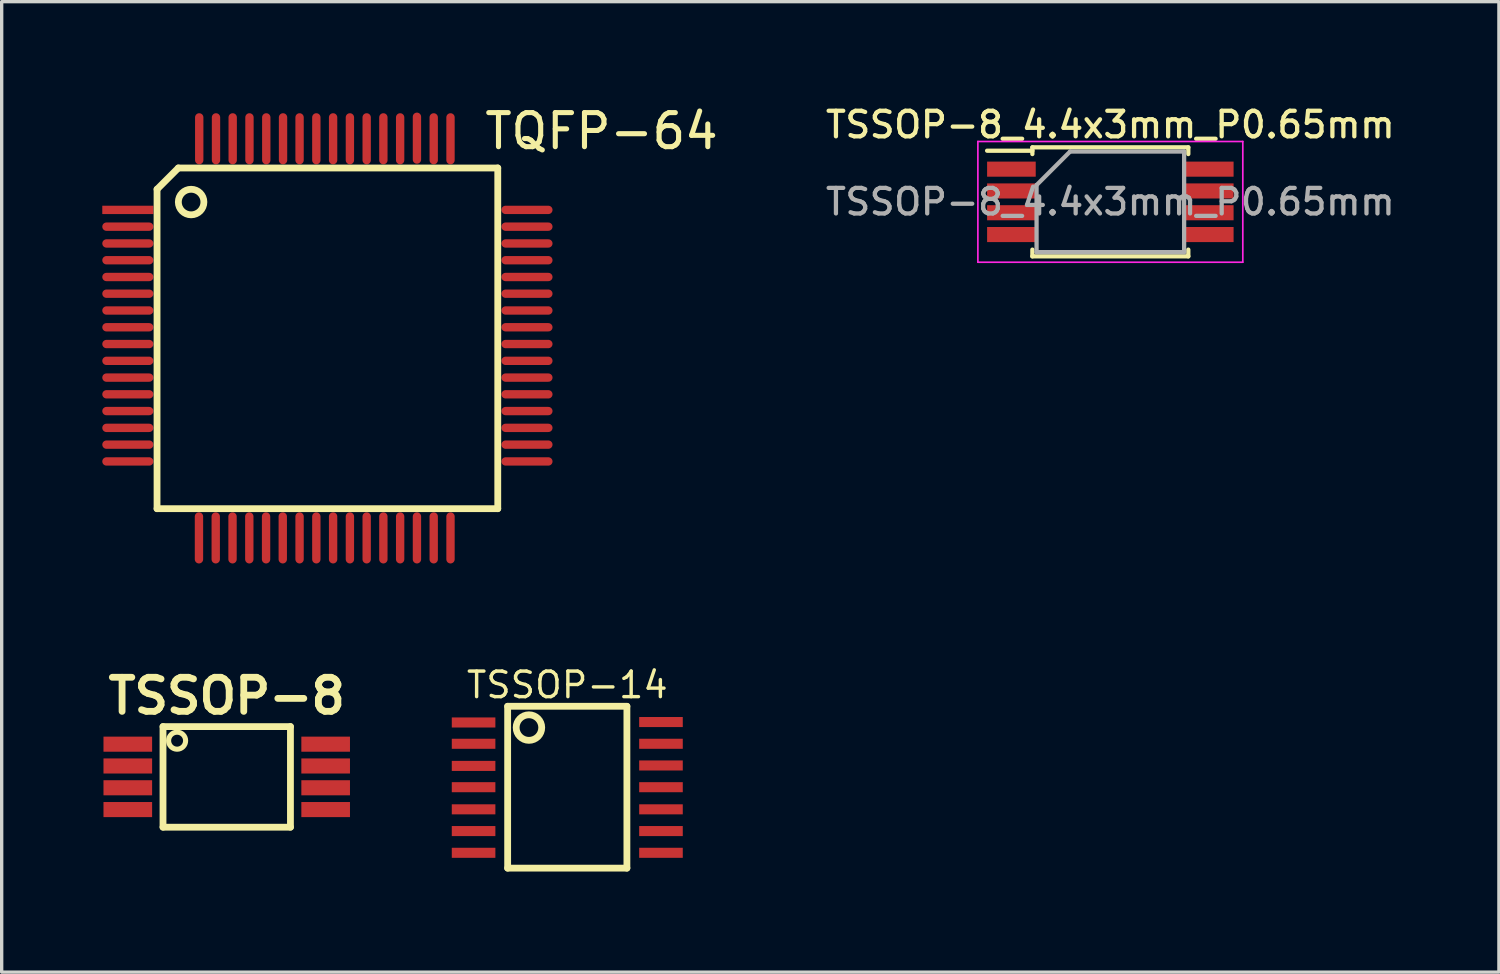
<source format=kicad_pcb>
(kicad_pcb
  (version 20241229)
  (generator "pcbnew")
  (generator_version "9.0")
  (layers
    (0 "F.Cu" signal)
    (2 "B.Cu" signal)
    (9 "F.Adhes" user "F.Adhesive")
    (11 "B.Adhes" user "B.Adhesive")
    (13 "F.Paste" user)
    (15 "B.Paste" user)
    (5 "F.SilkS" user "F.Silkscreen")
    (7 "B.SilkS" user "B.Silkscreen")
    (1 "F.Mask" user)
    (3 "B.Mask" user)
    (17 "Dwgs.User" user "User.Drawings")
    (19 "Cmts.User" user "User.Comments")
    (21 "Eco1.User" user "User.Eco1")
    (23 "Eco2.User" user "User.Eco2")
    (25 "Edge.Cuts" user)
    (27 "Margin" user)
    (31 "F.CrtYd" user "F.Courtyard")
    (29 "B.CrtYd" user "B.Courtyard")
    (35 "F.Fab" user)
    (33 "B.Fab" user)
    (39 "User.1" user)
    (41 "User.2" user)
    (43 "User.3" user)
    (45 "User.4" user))
  (footprint "TSSOP-14"
    (layer "F.Cu")
    (at 13.866 20.424)
    (property "Reference" "TSSOP-14" (at 0 -3.048 0) (layer "F.SilkS") (effects (font (size 0.762 0.762) (thickness 0.102))))
    (attr smd)
    (fp_line (start -1.778 -2.413) (end 1.778 -2.413) (stroke (width 0.203) (type solid)) (layer "F.SilkS"))
    (fp_line (start -1.778 2.413) (end -1.778 -2.413) (stroke (width 0.203) (type solid)) (layer "F.SilkS"))
    (fp_line (start 1.778 -2.413) (end 1.778 2.413) (stroke (width 0.203) (type solid)) (layer "F.SilkS"))
    (fp_line (start 1.778 2.413) (end -1.778 2.413) (stroke (width 0.203) (type solid)) (layer "F.SilkS"))
    (fp_circle (center -1.143 -1.778) (end -1.143 -2.159) (stroke (width 0.203) (type solid)) (fill no) (layer "F.SilkS"))
    (pad "1" smd rect (at -2.794 -1.93 270) (size 0.3 1.3) (layers "F.Cu" "F.Mask" "F.Paste"))
    (pad "2" smd rect (at -2.794 -1.295 270) (size 0.3 1.3) (layers "F.Cu" "F.Mask" "F.Paste"))
    (pad "3" smd rect (at -2.794 -0.635 270) (size 0.3 1.3) (layers "F.Cu" "F.Mask" "F.Paste"))
    (pad "4" smd rect (at -2.794 0 270) (size 0.3 1.3) (layers "F.Cu" "F.Mask" "F.Paste"))
    (pad "5" smd rect (at -2.794 0.66 270) (size 0.3 1.3) (layers "F.Cu" "F.Mask" "F.Paste"))
    (pad "6" smd rect (at -2.794 1.308 270) (size 0.3 1.3) (layers "F.Cu" "F.Mask" "F.Paste"))
    (pad "7" smd rect (at -2.794 1.956 270) (size 0.3 1.3) (layers "F.Cu" "F.Mask" "F.Paste"))
    (pad "8" smd rect (at 2.794 1.956 270) (size 0.3 1.3) (layers "F.Cu" "F.Mask" "F.Paste"))
    (pad "9" smd rect (at 2.794 1.308 270) (size 0.3 1.3) (layers "F.Cu" "F.Mask" "F.Paste"))
    (pad "10" smd rect (at 2.794 0.66 270) (size 0.3 1.3) (layers "F.Cu" "F.Mask" "F.Paste"))
    (pad "11" smd rect (at 2.794 0 270) (size 0.3 1.3) (layers "F.Cu" "F.Mask" "F.Paste"))
    (pad "12" smd rect (at 2.794 -0.648 270) (size 0.3 1.3) (layers "F.Cu" "F.Mask" "F.Paste"))
    (pad "13" smd rect (at 2.794 -1.295 270) (size 0.3 1.3) (layers "F.Cu" "F.Mask" "F.Paste"))
    (pad "14" smd rect (at 2.794 -1.943 270) (size 0.3 1.3) (layers "F.Cu" "F.Mask" "F.Paste")))
  (footprint "TQFP-64"
    (layer "F.Cu")
    (at 6.759 6.958)
    (property "Reference" "TQFP-64" (at 8.128 -6.096 0) (layer "F.SilkS") (effects (font (size 1.016 1.016) (thickness 0.152))))
    (attr through_hole)
    (fp_line (start -5.126 -4.364) (end -5.126 5.161) (stroke (width 0.203) (type solid)) (layer "F.SilkS"))
    (fp_line (start -5.126 5.161) (end 5.034 5.161) (stroke (width 0.203) (type solid)) (layer "F.SilkS"))
    (fp_line (start -4.491 -4.999) (end -5.126 -4.364) (stroke (width 0.203) (type solid)) (layer "F.SilkS"))
    (fp_line (start 5.034 -4.999) (end -4.491 -4.999) (stroke (width 0.203) (type solid)) (layer "F.SilkS"))
    (fp_line (start 5.034 5.161) (end 5.034 -4.999) (stroke (width 0.203) (type solid)) (layer "F.SilkS"))
    (fp_circle (center -4.11 -3.983) (end -3.729 -3.983) (stroke (width 0.203) (type solid)) (fill no) (layer "F.SilkS"))
    (pad "1" smd rect (at -5.997 -3.749 270) (size 0.249 1.524) (layers "F.Cu" "F.Mask" "F.Paste"))
    (pad "2" smd oval (at -5.997 -3.249 270) (size 0.249 1.524) (layers "F.Cu" "F.Mask" "F.Paste"))
    (pad "3" smd oval (at -5.997 -2.748 270) (size 0.249 1.524) (layers "F.Cu" "F.Mask" "F.Paste"))
    (pad "4" smd oval (at -5.997 -2.248 270) (size 0.249 1.524) (layers "F.Cu" "F.Mask" "F.Paste"))
    (pad "5" smd oval (at -5.997 -1.748 270) (size 0.249 1.524) (layers "F.Cu" "F.Mask" "F.Paste"))
    (pad "6" smd oval (at -5.997 -1.25 270) (size 0.249 1.524) (layers "F.Cu" "F.Mask" "F.Paste"))
    (pad "7" smd oval (at -5.997 -0.749 270) (size 0.249 1.524) (layers "F.Cu" "F.Mask" "F.Paste"))
    (pad "8" smd oval (at -5.997 -0.249 270) (size 0.249 1.524) (layers "F.Cu" "F.Mask" "F.Paste"))
    (pad "9" smd oval (at -5.997 0.251 270) (size 0.249 1.524) (layers "F.Cu" "F.Mask" "F.Paste"))
    (pad "10" smd oval (at -5.997 0.752 270) (size 0.249 1.524) (layers "F.Cu" "F.Mask" "F.Paste"))
    (pad "11" smd oval (at -5.997 1.252 270) (size 0.249 1.524) (layers "F.Cu" "F.Mask" "F.Paste"))
    (pad "12" smd oval (at -5.997 1.75 270) (size 0.249 1.524) (layers "F.Cu" "F.Mask" "F.Paste"))
    (pad "13" smd oval (at -5.997 2.25 270) (size 0.249 1.524) (layers "F.Cu" "F.Mask" "F.Paste"))
    (pad "14" smd oval (at -5.997 2.751 270) (size 0.249 1.524) (layers "F.Cu" "F.Mask" "F.Paste"))
    (pad "15" smd oval (at -5.997 3.251 270) (size 0.249 1.524) (layers "F.Cu" "F.Mask" "F.Paste"))
    (pad "16" smd oval (at -5.997 3.752 270) (size 0.249 1.524) (layers "F.Cu" "F.Mask" "F.Paste"))
    (pad "17" smd oval (at -3.876 6.032 270) (size 1.524 0.249) (layers "F.Cu" "F.Mask" "F.Paste"))
    (pad "18" smd oval (at -3.376 6.032 270) (size 1.524 0.249) (layers "F.Cu" "F.Mask" "F.Paste"))
    (pad "19" smd oval (at -2.875 6.032 270) (size 1.524 0.249) (layers "F.Cu" "F.Mask" "F.Paste"))
    (pad "20" smd oval (at -2.375 6.032 270) (size 1.524 0.249) (layers "F.Cu" "F.Mask" "F.Paste"))
    (pad "21" smd oval (at -1.875 6.032 270) (size 1.524 0.249) (layers "F.Cu" "F.Mask" "F.Paste"))
    (pad "22" smd oval (at -1.377 6.032 270) (size 1.524 0.249) (layers "F.Cu" "F.Mask" "F.Paste"))
    (pad "23" smd oval (at -0.876 6.032 270) (size 1.524 0.249) (layers "F.Cu" "F.Mask" "F.Paste"))
    (pad "24" smd oval (at -0.376 6.032 270) (size 1.524 0.249) (layers "F.Cu" "F.Mask" "F.Paste"))
    (pad "25" smd oval (at 0.124 6.032 270) (size 1.524 0.249) (layers "F.Cu" "F.Mask" "F.Paste"))
    (pad "26" smd oval (at 0.625 6.032 270) (size 1.524 0.249) (layers "F.Cu" "F.Mask" "F.Paste"))
    (pad "27" smd oval (at 1.125 6.032 270) (size 1.524 0.249) (layers "F.Cu" "F.Mask" "F.Paste"))
    (pad "28" smd oval (at 1.623 6.032 270) (size 1.524 0.249) (layers "F.Cu" "F.Mask" "F.Paste"))
    (pad "29" smd oval (at 2.123 6.032 270) (size 1.524 0.249) (layers "F.Cu" "F.Mask" "F.Paste"))
    (pad "30" smd oval (at 2.624 6.032 270) (size 1.524 0.249) (layers "F.Cu" "F.Mask" "F.Paste"))
    (pad "31" smd oval (at 3.124 6.032 270) (size 1.524 0.249) (layers "F.Cu" "F.Mask" "F.Paste"))
    (pad "32" smd oval (at 3.625 6.032 270) (size 1.524 0.249) (layers "F.Cu" "F.Mask" "F.Paste"))
    (pad "33" smd oval (at 5.905 3.752 270) (size 0.249 1.524) (layers "F.Cu" "F.Mask" "F.Paste"))
    (pad "34" smd oval (at 5.905 3.251 270) (size 0.249 1.524) (layers "F.Cu" "F.Mask" "F.Paste"))
    (pad "35" smd oval (at 5.905 2.751 270) (size 0.249 1.524) (layers "F.Cu" "F.Mask" "F.Paste"))
    (pad "36" smd oval (at 5.905 2.25 270) (size 0.249 1.524) (layers "F.Cu" "F.Mask" "F.Paste"))
    (pad "37" smd oval (at 5.905 1.75 270) (size 0.249 1.524) (layers "F.Cu" "F.Mask" "F.Paste"))
    (pad "38" smd oval (at 5.905 1.252 270) (size 0.249 1.524) (layers "F.Cu" "F.Mask" "F.Paste"))
    (pad "39" smd oval (at 5.905 0.752 270) (size 0.249 1.524) (layers "F.Cu" "F.Mask" "F.Paste"))
    (pad "40" smd oval (at 5.905 0.251 270) (size 0.249 1.524) (layers "F.Cu" "F.Mask" "F.Paste"))
    (pad "41" smd oval (at 5.905 -0.249 270) (size 0.249 1.524) (layers "F.Cu" "F.Mask" "F.Paste"))
    (pad "42" smd oval (at 5.905 -0.749 270) (size 0.249 1.524) (layers "F.Cu" "F.Mask" "F.Paste"))
    (pad "43" smd oval (at 5.905 -1.25 270) (size 0.249 1.524) (layers "F.Cu" "F.Mask" "F.Paste"))
    (pad "44" smd oval (at 5.905 -1.748 270) (size 0.249 1.524) (layers "F.Cu" "F.Mask" "F.Paste"))
    (pad "45" smd oval (at 5.905 -2.248 270) (size 0.249 1.524) (layers "F.Cu" "F.Mask" "F.Paste"))
    (pad "46" smd oval (at 5.905 -2.748 270) (size 0.249 1.524) (layers "F.Cu" "F.Mask" "F.Paste"))
    (pad "47" smd oval (at 5.905 -3.249 270) (size 0.249 1.524) (layers "F.Cu" "F.Mask" "F.Paste"))
    (pad "48" smd oval (at 5.905 -3.749 270) (size 0.249 1.524) (layers "F.Cu" "F.Mask" "F.Paste"))
    (pad "49" smd oval (at 3.625 -5.87 270) (size 1.524 0.249) (layers "F.Cu" "F.Mask" "F.Paste"))
    (pad "50" smd oval (at 3.124 -5.87 270) (size 1.524 0.249) (layers "F.Cu" "F.Mask" "F.Paste"))
    (pad "51" smd oval (at 2.624 -5.888 270) (size 1.524 0.249) (layers "F.Cu" "F.Mask" "F.Paste"))
    (pad "52" smd oval (at 2.123 -5.87 270) (size 1.524 0.249) (layers "F.Cu" "F.Mask" "F.Paste"))
    (pad "53" smd oval (at 1.623 -5.87 270) (size 1.524 0.249) (layers "F.Cu" "F.Mask" "F.Paste"))
    (pad "54" smd oval (at 1.125 -5.87 270) (size 1.524 0.249) (layers "F.Cu" "F.Mask" "F.Paste"))
    (pad "55" smd oval (at 0.625 -5.87 270) (size 1.524 0.249) (layers "F.Cu" "F.Mask" "F.Paste"))
    (pad "56" smd oval (at 0.124 -5.87 270) (size 1.524 0.249) (layers "F.Cu" "F.Mask" "F.Paste"))
    (pad "57" smd oval (at -0.376 -5.87 270) (size 1.524 0.249) (layers "F.Cu" "F.Mask" "F.Paste"))
    (pad "58" smd oval (at -0.876 -5.87 270) (size 1.524 0.249) (layers "F.Cu" "F.Mask" "F.Paste"))
    (pad "59" smd oval (at -1.369 -5.87 270) (size 1.524 0.249) (layers "F.Cu" "F.Mask" "F.Paste"))
    (pad "60" smd oval (at -1.869 -5.87 270) (size 1.524 0.249) (layers "F.Cu" "F.Mask" "F.Paste"))
    (pad "61" smd oval (at -2.37 -5.87 270) (size 1.524 0.249) (layers "F.Cu" "F.Mask" "F.Paste"))
    (pad "62" smd oval (at -2.87 -5.87 270) (size 1.524 0.249) (layers "F.Cu" "F.Mask" "F.Paste"))
    (pad "63" smd oval (at -3.368 -5.87 270) (size 1.524 0.249) (layers "F.Cu" "F.Mask" "F.Paste"))
    (pad "64" smd oval (at -3.868 -5.87 270) (size 1.524 0.249) (layers "F.Cu" "F.Mask" "F.Paste")))
  (footprint "TSSOP-8_4.4x3mm_P0.65mm"
    (layer "F.Cu")
    (at 30.06 2.969)
    (property "Reference" "TSSOP-8_4.4x3mm_P0.65mm" (at 0 -2.3 0) (layer "F.SilkS") (effects (font (size 0.762 0.762) (thickness 0.127))))
    (attr smd)
    (fp_line (start -2.325 -1.625) (end -2.325 -1.425) (stroke (width 0.127) (type solid)) (layer "F.SilkS"))
    (fp_line (start -2.325 -1.625) (end 2.325 -1.625) (stroke (width 0.127) (type solid)) (layer "F.SilkS"))
    (fp_line (start -2.325 -1.525) (end -3.675 -1.525) (stroke (width 0.127) (type solid)) (layer "F.SilkS"))
    (fp_line (start -2.325 1.625) (end -2.325 1.425) (stroke (width 0.127) (type solid)) (layer "F.SilkS"))
    (fp_line (start -2.325 1.625) (end 2.325 1.625) (stroke (width 0.127) (type solid)) (layer "F.SilkS"))
    (fp_line (start 2.325 -1.625) (end 2.325 -1.425) (stroke (width 0.127) (type solid)) (layer "F.SilkS"))
    (fp_line (start 2.325 1.625) (end 2.325 1.425) (stroke (width 0.127) (type solid)) (layer "F.SilkS"))
    (fp_line (start -3.95 -1.8) (end -3.95 1.8) (stroke (width 0.05) (type solid)) (layer "F.CrtYd"))
    (fp_line (start -3.95 -1.8) (end 3.95 -1.8) (stroke (width 0.05) (type solid)) (layer "F.CrtYd"))
    (fp_line (start -3.95 1.8) (end 3.95 1.8) (stroke (width 0.05) (type solid)) (layer "F.CrtYd"))
    (fp_line (start 3.95 -1.8) (end 3.95 1.8) (stroke (width 0.05) (type solid)) (layer "F.CrtYd"))
    (fp_line (start -2.2 -0.5) (end -1.2 -1.5) (stroke (width 0.127) (type solid)) (layer "F.Fab"))
    (fp_line (start -2.2 1.5) (end -2.2 -0.5) (stroke (width 0.127) (type solid)) (layer "F.Fab"))
    (fp_line (start -1.2 -1.5) (end 2.2 -1.5) (stroke (width 0.127) (type solid)) (layer "F.Fab"))
    (fp_line (start 2.2 -1.5) (end 2.2 1.5) (stroke (width 0.127) (type solid)) (layer "F.Fab"))
    (fp_line (start 2.2 1.5) (end -2.2 1.5) (stroke (width 0.127) (type solid)) (layer "F.Fab"))
    (fp_text user "${REFERENCE}" (at 0 0 0) (layer "F.Fab") (effects (font (size 0.762 0.762) (thickness 0.127))))
    (pad "1" smd rect (at -2.95 -0.975) (size 1.45 0.45) (layers "F.Cu" "F.Mask" "F.Paste"))
    (pad "2" smd rect (at -2.95 -0.325) (size 1.45 0.45) (layers "F.Cu" "F.Mask" "F.Paste"))
    (pad "3" smd rect (at -2.95 0.325) (size 1.45 0.45) (layers "F.Cu" "F.Mask" "F.Paste"))
    (pad "4" smd rect (at -2.95 0.975) (size 1.45 0.45) (layers "F.Cu" "F.Mask" "F.Paste"))
    (pad "5" smd rect (at 2.95 0.975) (size 1.45 0.45) (layers "F.Cu" "F.Mask" "F.Paste"))
    (pad "6" smd rect (at 2.95 0.325) (size 1.45 0.45) (layers "F.Cu" "F.Mask" "F.Paste"))
    (pad "7" smd rect (at 2.95 -0.325) (size 1.45 0.45) (layers "F.Cu" "F.Mask" "F.Paste"))
    (pad "8" smd rect (at 2.95 -0.975) (size 1.45 0.45) (layers "F.Cu" "F.Mask" "F.Paste")))
  (footprint "TSSOP-8"
    (layer "F.Cu")
    (at 3.711 20.116)
    (property "Reference" "TSSOP-8" (at 0 -2.413 0) (layer "F.SilkS") (effects (font (size 1.016 1.016) (thickness 0.203))))
    (attr smd)
    (fp_line (start -1.9 -1.5) (end 1.9 -1.5) (stroke (width 0.203) (type solid)) (layer "F.SilkS"))
    (fp_line (start -1.9 1.5) (end -1.9 -1.5) (stroke (width 0.203) (type solid)) (layer "F.SilkS"))
    (fp_line (start 1.9 -1.5) (end 1.9 1.5) (stroke (width 0.203) (type solid)) (layer "F.SilkS"))
    (fp_line (start 1.9 1.5) (end -1.9 1.5) (stroke (width 0.203) (type solid)) (layer "F.SilkS"))
    (fp_circle (center -1.48 -1.079) (end -1.226 -1.079) (stroke (width 0.152) (type solid)) (fill no) (layer "F.SilkS"))
    (pad "1" smd rect (at -2.95 -0.975 270) (size 0.45 1.45) (layers "F.Cu" "F.Mask" "F.Paste"))
    (pad "2" smd rect (at -2.95 -0.325 270) (size 0.45 1.45) (layers "F.Cu" "F.Mask" "F.Paste"))
    (pad "3" smd rect (at -2.95 0.325 270) (size 0.45 1.45) (layers "F.Cu" "F.Mask" "F.Paste"))
    (pad "4" smd rect (at -2.95 0.975 270) (size 0.45 1.45) (layers "F.Cu" "F.Mask" "F.Paste"))
    (pad "5" smd rect (at 2.95 0.975 270) (size 0.45 1.45) (layers "F.Cu" "F.Mask" "F.Paste"))
    (pad "6" smd rect (at 2.95 0.325 270) (size 0.45 1.45) (layers "F.Cu" "F.Mask" "F.Paste"))
    (pad "7" smd rect (at 2.95 -0.325 270) (size 0.45 1.45) (layers "F.Cu" "F.Mask" "F.Paste"))
    (pad "8" smd rect (at 2.95 -0.975 270) (size 0.45 1.45) (layers "F.Cu" "F.Mask" "F.Paste")))
  (gr_rect
    (start -3 -3)
    (end 41.647 25.939)
    (stroke (width 0.1) (type default))
    (fill no)
    (layer "Edge.Cuts")))
</source>
